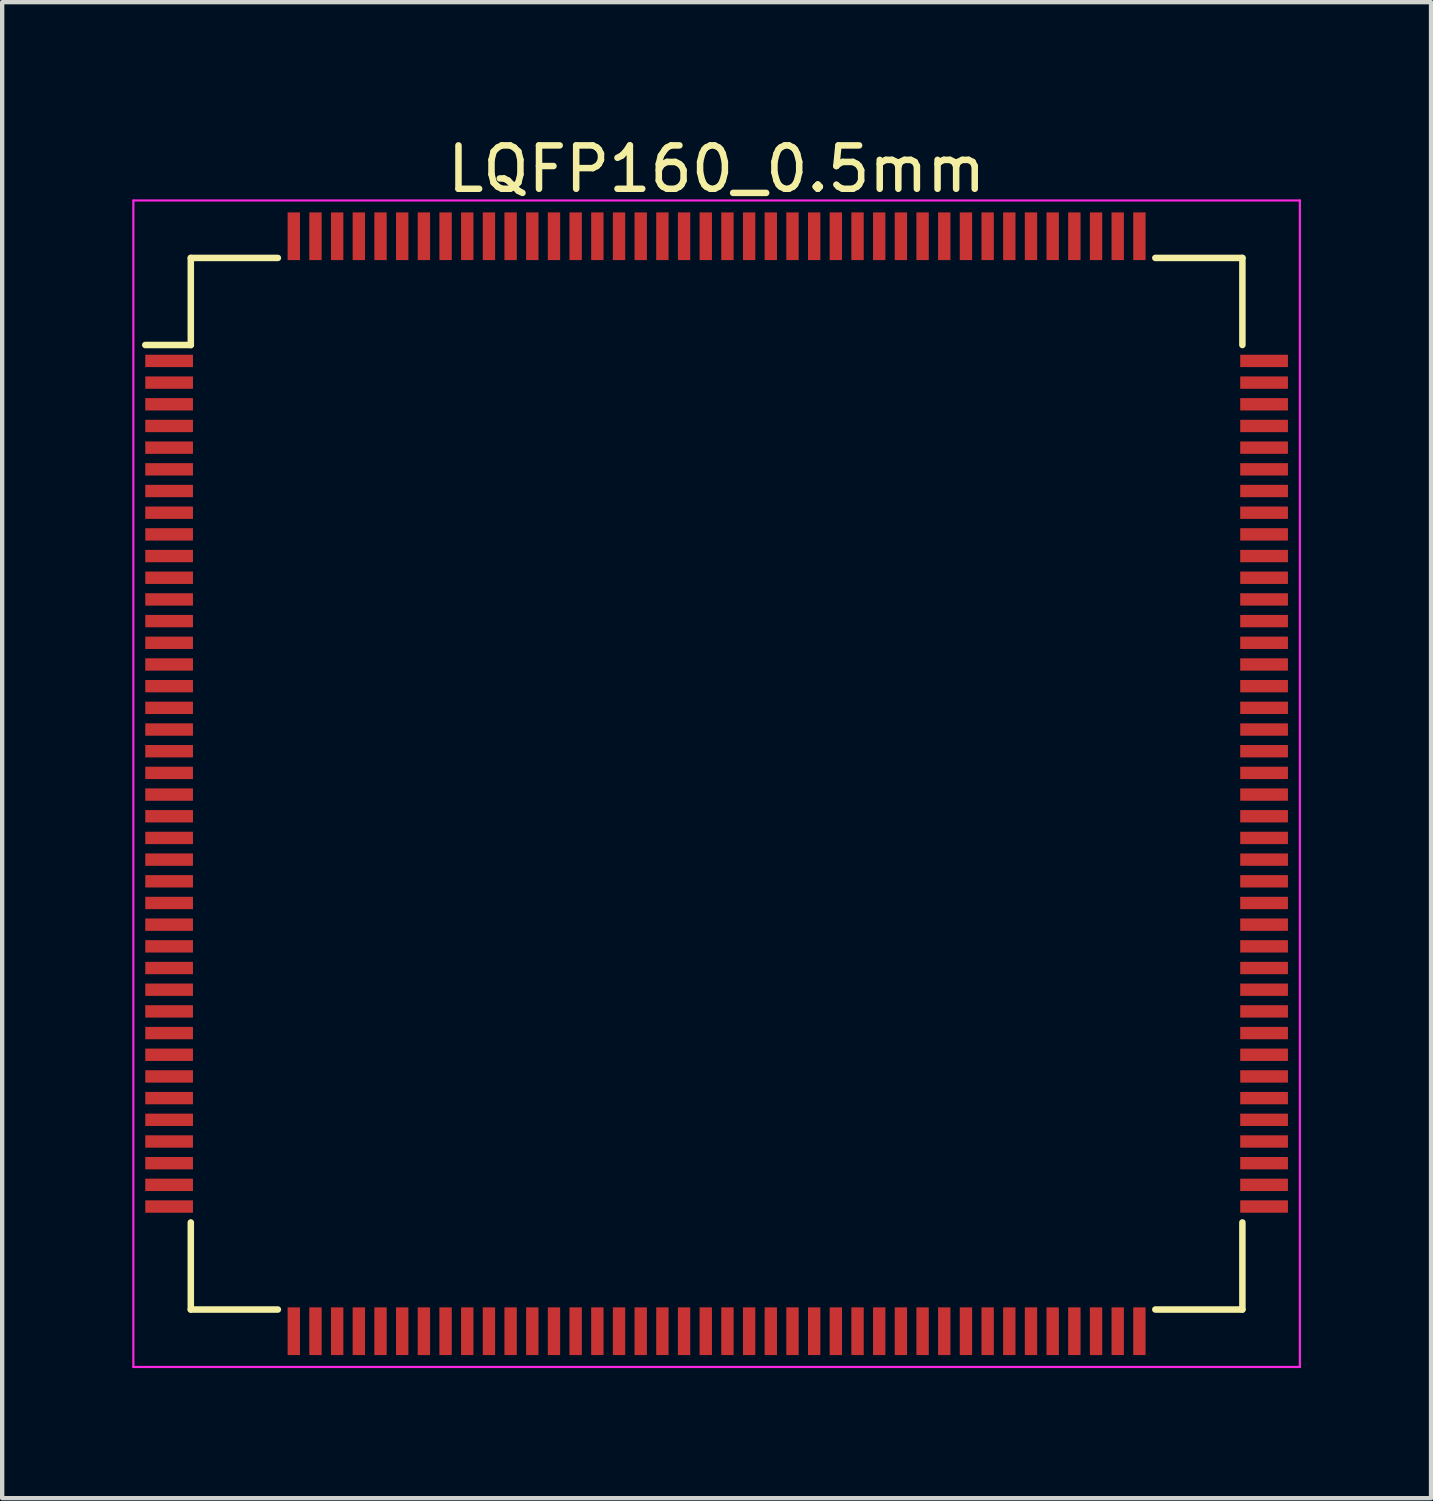
<source format=kicad_pcb>
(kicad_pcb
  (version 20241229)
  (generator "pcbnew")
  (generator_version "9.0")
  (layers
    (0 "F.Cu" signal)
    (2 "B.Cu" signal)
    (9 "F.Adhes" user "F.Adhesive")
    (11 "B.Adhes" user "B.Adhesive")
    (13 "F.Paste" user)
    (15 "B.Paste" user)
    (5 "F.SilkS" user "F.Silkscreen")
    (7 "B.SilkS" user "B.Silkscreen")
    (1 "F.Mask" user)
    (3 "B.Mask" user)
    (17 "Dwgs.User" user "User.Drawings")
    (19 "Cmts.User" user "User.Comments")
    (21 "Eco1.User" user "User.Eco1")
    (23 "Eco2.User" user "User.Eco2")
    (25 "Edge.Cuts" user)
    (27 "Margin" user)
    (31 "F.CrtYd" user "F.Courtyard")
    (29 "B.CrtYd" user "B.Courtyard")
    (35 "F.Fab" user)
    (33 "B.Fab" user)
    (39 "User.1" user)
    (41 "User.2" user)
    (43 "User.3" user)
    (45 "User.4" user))
  (footprint "LQFP160_0.5mm"
    (layer "F.Cu")
    (at 13.475 15.023)
    (property "Reference" "LQFP160_0.5mm" (at 0 -14.175 0) (layer "F.SilkS") (effects (font (size 1 1) (thickness 0.15))))
    (attr smd)
    (fp_line (start -12.125 -12.125) (end -12.125 -10.117) (stroke (width 0.15) (type solid)) (layer "F.SilkS"))
    (fp_line (start -12.125 -12.125) (end -10.117 -12.125) (stroke (width 0.15) (type solid)) (layer "F.SilkS"))
    (fp_line (start -12.125 -10.117) (end -13.175 -10.117) (stroke (width 0.15) (type solid)) (layer "F.SilkS"))
    (fp_line (start -12.125 12.125) (end -12.125 10.117) (stroke (width 0.15) (type solid)) (layer "F.SilkS"))
    (fp_line (start -12.125 12.125) (end -10.117 12.125) (stroke (width 0.15) (type solid)) (layer "F.SilkS"))
    (fp_line (start 12.125 -12.125) (end 10.117 -12.125) (stroke (width 0.15) (type solid)) (layer "F.SilkS"))
    (fp_line (start 12.125 -12.125) (end 12.125 -10.117) (stroke (width 0.15) (type solid)) (layer "F.SilkS"))
    (fp_line (start 12.125 12.125) (end 10.117 12.125) (stroke (width 0.15) (type solid)) (layer "F.SilkS"))
    (fp_line (start 12.125 12.125) (end 12.125 10.117) (stroke (width 0.15) (type solid)) (layer "F.SilkS"))
    (fp_line (start -13.45 -13.45) (end -13.45 13.45) (stroke (width 0.05) (type solid)) (layer "F.CrtYd"))
    (fp_line (start -13.45 -13.45) (end 13.45 -13.45) (stroke (width 0.05) (type solid)) (layer "F.CrtYd"))
    (fp_line (start -13.45 13.45) (end 13.45 13.45) (stroke (width 0.05) (type solid)) (layer "F.CrtYd"))
    (fp_line (start 13.45 -13.45) (end 13.45 13.45) (stroke (width 0.05) (type solid)) (layer "F.CrtYd"))
    (pad "1" smd rect (at -12.625 -9.75) (size 1.1 0.285) (layers "F.Cu" "F.Mask" "F.Paste"))
    (pad "2" smd rect (at -12.625 -9.25) (size 1.1 0.285) (layers "F.Cu" "F.Mask" "F.Paste"))
    (pad "3" smd rect (at -12.625 -8.75) (size 1.1 0.285) (layers "F.Cu" "F.Mask" "F.Paste"))
    (pad "4" smd rect (at -12.625 -8.25) (size 1.1 0.285) (layers "F.Cu" "F.Mask" "F.Paste"))
    (pad "5" smd rect (at -12.625 -7.75) (size 1.1 0.285) (layers "F.Cu" "F.Mask" "F.Paste"))
    (pad "6" smd rect (at -12.625 -7.25) (size 1.1 0.285) (layers "F.Cu" "F.Mask" "F.Paste"))
    (pad "7" smd rect (at -12.625 -6.75) (size 1.1 0.285) (layers "F.Cu" "F.Mask" "F.Paste"))
    (pad "8" smd rect (at -12.625 -6.25) (size 1.1 0.285) (layers "F.Cu" "F.Mask" "F.Paste"))
    (pad "9" smd rect (at -12.625 -5.75) (size 1.1 0.285) (layers "F.Cu" "F.Mask" "F.Paste"))
    (pad "10" smd rect (at -12.625 -5.25) (size 1.1 0.285) (layers "F.Cu" "F.Mask" "F.Paste"))
    (pad "11" smd rect (at -12.625 -4.75) (size 1.1 0.285) (layers "F.Cu" "F.Mask" "F.Paste"))
    (pad "12" smd rect (at -12.625 -4.25) (size 1.1 0.285) (layers "F.Cu" "F.Mask" "F.Paste"))
    (pad "13" smd rect (at -12.625 -3.75) (size 1.1 0.285) (layers "F.Cu" "F.Mask" "F.Paste"))
    (pad "14" smd rect (at -12.625 -3.25) (size 1.1 0.285) (layers "F.Cu" "F.Mask" "F.Paste"))
    (pad "15" smd rect (at -12.625 -2.75) (size 1.1 0.285) (layers "F.Cu" "F.Mask" "F.Paste"))
    (pad "16" smd rect (at -12.625 -2.25) (size 1.1 0.285) (layers "F.Cu" "F.Mask" "F.Paste"))
    (pad "17" smd rect (at -12.625 -1.75) (size 1.1 0.285) (layers "F.Cu" "F.Mask" "F.Paste"))
    (pad "18" smd rect (at -12.625 -1.25) (size 1.1 0.285) (layers "F.Cu" "F.Mask" "F.Paste"))
    (pad "19" smd rect (at -12.625 -0.75) (size 1.1 0.285) (layers "F.Cu" "F.Mask" "F.Paste"))
    (pad "20" smd rect (at -12.625 -0.25) (size 1.1 0.285) (layers "F.Cu" "F.Mask" "F.Paste"))
    (pad "21" smd rect (at -12.625 0.25) (size 1.1 0.285) (layers "F.Cu" "F.Mask" "F.Paste"))
    (pad "22" smd rect (at -12.625 0.75) (size 1.1 0.285) (layers "F.Cu" "F.Mask" "F.Paste"))
    (pad "23" smd rect (at -12.625 1.25) (size 1.1 0.285) (layers "F.Cu" "F.Mask" "F.Paste"))
    (pad "24" smd rect (at -12.625 1.75) (size 1.1 0.285) (layers "F.Cu" "F.Mask" "F.Paste"))
    (pad "25" smd rect (at -12.625 2.25) (size 1.1 0.285) (layers "F.Cu" "F.Mask" "F.Paste"))
    (pad "26" smd rect (at -12.625 2.75) (size 1.1 0.285) (layers "F.Cu" "F.Mask" "F.Paste"))
    (pad "27" smd rect (at -12.625 3.25) (size 1.1 0.285) (layers "F.Cu" "F.Mask" "F.Paste"))
    (pad "28" smd rect (at -12.625 3.75) (size 1.1 0.285) (layers "F.Cu" "F.Mask" "F.Paste"))
    (pad "29" smd rect (at -12.625 4.25) (size 1.1 0.285) (layers "F.Cu" "F.Mask" "F.Paste"))
    (pad "30" smd rect (at -12.625 4.75) (size 1.1 0.285) (layers "F.Cu" "F.Mask" "F.Paste"))
    (pad "31" smd rect (at -12.625 5.25) (size 1.1 0.285) (layers "F.Cu" "F.Mask" "F.Paste"))
    (pad "32" smd rect (at -12.625 5.75) (size 1.1 0.285) (layers "F.Cu" "F.Mask" "F.Paste"))
    (pad "33" smd rect (at -12.625 6.25) (size 1.1 0.285) (layers "F.Cu" "F.Mask" "F.Paste"))
    (pad "34" smd rect (at -12.625 6.75) (size 1.1 0.285) (layers "F.Cu" "F.Mask" "F.Paste"))
    (pad "35" smd rect (at -12.625 7.25) (size 1.1 0.285) (layers "F.Cu" "F.Mask" "F.Paste"))
    (pad "36" smd rect (at -12.625 7.75) (size 1.1 0.285) (layers "F.Cu" "F.Mask" "F.Paste"))
    (pad "37" smd rect (at -12.625 8.25) (size 1.1 0.285) (layers "F.Cu" "F.Mask" "F.Paste"))
    (pad "38" smd rect (at -12.625 8.75) (size 1.1 0.285) (layers "F.Cu" "F.Mask" "F.Paste"))
    (pad "39" smd rect (at -12.625 9.25) (size 1.1 0.285) (layers "F.Cu" "F.Mask" "F.Paste"))
    (pad "40" smd rect (at -12.625 9.75) (size 1.1 0.285) (layers "F.Cu" "F.Mask" "F.Paste"))
    (pad "41" smd rect (at -9.75 12.625 90) (size 1.1 0.285) (layers "F.Cu" "F.Mask" "F.Paste"))
    (pad "42" smd rect (at -9.25 12.625 90) (size 1.1 0.285) (layers "F.Cu" "F.Mask" "F.Paste"))
    (pad "43" smd rect (at -8.75 12.625 90) (size 1.1 0.285) (layers "F.Cu" "F.Mask" "F.Paste"))
    (pad "44" smd rect (at -8.25 12.625 90) (size 1.1 0.285) (layers "F.Cu" "F.Mask" "F.Paste"))
    (pad "45" smd rect (at -7.75 12.625 90) (size 1.1 0.285) (layers "F.Cu" "F.Mask" "F.Paste"))
    (pad "46" smd rect (at -7.25 12.625 90) (size 1.1 0.285) (layers "F.Cu" "F.Mask" "F.Paste"))
    (pad "47" smd rect (at -6.75 12.625 90) (size 1.1 0.285) (layers "F.Cu" "F.Mask" "F.Paste"))
    (pad "48" smd rect (at -6.25 12.625 90) (size 1.1 0.285) (layers "F.Cu" "F.Mask" "F.Paste"))
    (pad "49" smd rect (at -5.75 12.625 90) (size 1.1 0.285) (layers "F.Cu" "F.Mask" "F.Paste"))
    (pad "50" smd rect (at -5.25 12.625 90) (size 1.1 0.285) (layers "F.Cu" "F.Mask" "F.Paste"))
    (pad "51" smd rect (at -4.75 12.625 90) (size 1.1 0.285) (layers "F.Cu" "F.Mask" "F.Paste"))
    (pad "52" smd rect (at -4.25 12.625 90) (size 1.1 0.285) (layers "F.Cu" "F.Mask" "F.Paste"))
    (pad "53" smd rect (at -3.75 12.625 90) (size 1.1 0.285) (layers "F.Cu" "F.Mask" "F.Paste"))
    (pad "54" smd rect (at -3.25 12.625 90) (size 1.1 0.285) (layers "F.Cu" "F.Mask" "F.Paste"))
    (pad "55" smd rect (at -2.75 12.625 90) (size 1.1 0.285) (layers "F.Cu" "F.Mask" "F.Paste"))
    (pad "56" smd rect (at -2.25 12.625 90) (size 1.1 0.285) (layers "F.Cu" "F.Mask" "F.Paste"))
    (pad "57" smd rect (at -1.75 12.625 90) (size 1.1 0.285) (layers "F.Cu" "F.Mask" "F.Paste"))
    (pad "58" smd rect (at -1.25 12.625 90) (size 1.1 0.285) (layers "F.Cu" "F.Mask" "F.Paste"))
    (pad "59" smd rect (at -0.75 12.625 90) (size 1.1 0.285) (layers "F.Cu" "F.Mask" "F.Paste"))
    (pad "60" smd rect (at -0.25 12.625 90) (size 1.1 0.285) (layers "F.Cu" "F.Mask" "F.Paste"))
    (pad "61" smd rect (at 0.25 12.625 90) (size 1.1 0.285) (layers "F.Cu" "F.Mask" "F.Paste"))
    (pad "62" smd rect (at 0.75 12.625 90) (size 1.1 0.285) (layers "F.Cu" "F.Mask" "F.Paste"))
    (pad "63" smd rect (at 1.25 12.625 90) (size 1.1 0.285) (layers "F.Cu" "F.Mask" "F.Paste"))
    (pad "64" smd rect (at 1.75 12.625 90) (size 1.1 0.285) (layers "F.Cu" "F.Mask" "F.Paste"))
    (pad "65" smd rect (at 2.25 12.625 90) (size 1.1 0.285) (layers "F.Cu" "F.Mask" "F.Paste"))
    (pad "66" smd rect (at 2.75 12.625 90) (size 1.1 0.285) (layers "F.Cu" "F.Mask" "F.Paste"))
    (pad "67" smd rect (at 3.25 12.625 90) (size 1.1 0.285) (layers "F.Cu" "F.Mask" "F.Paste"))
    (pad "68" smd rect (at 3.75 12.625 90) (size 1.1 0.285) (layers "F.Cu" "F.Mask" "F.Paste"))
    (pad "69" smd rect (at 4.25 12.625 90) (size 1.1 0.285) (layers "F.Cu" "F.Mask" "F.Paste"))
    (pad "70" smd rect (at 4.75 12.625 90) (size 1.1 0.285) (layers "F.Cu" "F.Mask" "F.Paste"))
    (pad "71" smd rect (at 5.25 12.625 90) (size 1.1 0.285) (layers "F.Cu" "F.Mask" "F.Paste"))
    (pad "72" smd rect (at 5.75 12.625 90) (size 1.1 0.285) (layers "F.Cu" "F.Mask" "F.Paste"))
    (pad "73" smd rect (at 6.25 12.625 90) (size 1.1 0.285) (layers "F.Cu" "F.Mask" "F.Paste"))
    (pad "74" smd rect (at 6.75 12.625 90) (size 1.1 0.285) (layers "F.Cu" "F.Mask" "F.Paste"))
    (pad "75" smd rect (at 7.25 12.625 90) (size 1.1 0.285) (layers "F.Cu" "F.Mask" "F.Paste"))
    (pad "76" smd rect (at 7.75 12.625 90) (size 1.1 0.285) (layers "F.Cu" "F.Mask" "F.Paste"))
    (pad "77" smd rect (at 8.25 12.625 90) (size 1.1 0.285) (layers "F.Cu" "F.Mask" "F.Paste"))
    (pad "78" smd rect (at 8.75 12.625 90) (size 1.1 0.285) (layers "F.Cu" "F.Mask" "F.Paste"))
    (pad "79" smd rect (at 9.25 12.625 90) (size 1.1 0.285) (layers "F.Cu" "F.Mask" "F.Paste"))
    (pad "80" smd rect (at 9.75 12.625 90) (size 1.1 0.285) (layers "F.Cu" "F.Mask" "F.Paste"))
    (pad "81" smd rect (at 12.625 9.75) (size 1.1 0.285) (layers "F.Cu" "F.Mask" "F.Paste"))
    (pad "82" smd rect (at 12.625 9.25) (size 1.1 0.285) (layers "F.Cu" "F.Mask" "F.Paste"))
    (pad "83" smd rect (at 12.625 8.75) (size 1.1 0.285) (layers "F.Cu" "F.Mask" "F.Paste"))
    (pad "84" smd rect (at 12.625 8.25) (size 1.1 0.285) (layers "F.Cu" "F.Mask" "F.Paste"))
    (pad "85" smd rect (at 12.625 7.75) (size 1.1 0.285) (layers "F.Cu" "F.Mask" "F.Paste"))
    (pad "86" smd rect (at 12.625 7.25) (size 1.1 0.285) (layers "F.Cu" "F.Mask" "F.Paste"))
    (pad "87" smd rect (at 12.625 6.75) (size 1.1 0.285) (layers "F.Cu" "F.Mask" "F.Paste"))
    (pad "88" smd rect (at 12.625 6.25) (size 1.1 0.285) (layers "F.Cu" "F.Mask" "F.Paste"))
    (pad "89" smd rect (at 12.625 5.75) (size 1.1 0.285) (layers "F.Cu" "F.Mask" "F.Paste"))
    (pad "90" smd rect (at 12.625 5.25) (size 1.1 0.285) (layers "F.Cu" "F.Mask" "F.Paste"))
    (pad "91" smd rect (at 12.625 4.75) (size 1.1 0.285) (layers "F.Cu" "F.Mask" "F.Paste"))
    (pad "92" smd rect (at 12.625 4.25) (size 1.1 0.285) (layers "F.Cu" "F.Mask" "F.Paste"))
    (pad "93" smd rect (at 12.625 3.75) (size 1.1 0.285) (layers "F.Cu" "F.Mask" "F.Paste"))
    (pad "94" smd rect (at 12.625 3.25) (size 1.1 0.285) (layers "F.Cu" "F.Mask" "F.Paste"))
    (pad "95" smd rect (at 12.625 2.75) (size 1.1 0.285) (layers "F.Cu" "F.Mask" "F.Paste"))
    (pad "96" smd rect (at 12.625 2.25) (size 1.1 0.285) (layers "F.Cu" "F.Mask" "F.Paste"))
    (pad "97" smd rect (at 12.625 1.75) (size 1.1 0.285) (layers "F.Cu" "F.Mask" "F.Paste"))
    (pad "98" smd rect (at 12.625 1.25) (size 1.1 0.285) (layers "F.Cu" "F.Mask" "F.Paste"))
    (pad "99" smd rect (at 12.625 0.75) (size 1.1 0.285) (layers "F.Cu" "F.Mask" "F.Paste"))
    (pad "100" smd rect (at 12.625 0.25) (size 1.1 0.285) (layers "F.Cu" "F.Mask" "F.Paste"))
    (pad "101" smd rect (at 12.625 -0.25) (size 1.1 0.285) (layers "F.Cu" "F.Mask" "F.Paste"))
    (pad "102" smd rect (at 12.625 -0.75) (size 1.1 0.285) (layers "F.Cu" "F.Mask" "F.Paste"))
    (pad "103" smd rect (at 12.625 -1.25) (size 1.1 0.285) (layers "F.Cu" "F.Mask" "F.Paste"))
    (pad "104" smd rect (at 12.625 -1.75) (size 1.1 0.285) (layers "F.Cu" "F.Mask" "F.Paste"))
    (pad "105" smd rect (at 12.625 -2.25) (size 1.1 0.285) (layers "F.Cu" "F.Mask" "F.Paste"))
    (pad "106" smd rect (at 12.625 -2.75) (size 1.1 0.285) (layers "F.Cu" "F.Mask" "F.Paste"))
    (pad "107" smd rect (at 12.625 -3.25) (size 1.1 0.285) (layers "F.Cu" "F.Mask" "F.Paste"))
    (pad "108" smd rect (at 12.625 -3.75) (size 1.1 0.285) (layers "F.Cu" "F.Mask" "F.Paste"))
    (pad "109" smd rect (at 12.625 -4.25) (size 1.1 0.285) (layers "F.Cu" "F.Mask" "F.Paste"))
    (pad "110" smd rect (at 12.625 -4.75) (size 1.1 0.285) (layers "F.Cu" "F.Mask" "F.Paste"))
    (pad "111" smd rect (at 12.625 -5.25) (size 1.1 0.285) (layers "F.Cu" "F.Mask" "F.Paste"))
    (pad "112" smd rect (at 12.625 -5.75) (size 1.1 0.285) (layers "F.Cu" "F.Mask" "F.Paste"))
    (pad "113" smd rect (at 12.625 -6.25) (size 1.1 0.285) (layers "F.Cu" "F.Mask" "F.Paste"))
    (pad "114" smd rect (at 12.625 -6.75) (size 1.1 0.285) (layers "F.Cu" "F.Mask" "F.Paste"))
    (pad "115" smd rect (at 12.625 -7.25) (size 1.1 0.285) (layers "F.Cu" "F.Mask" "F.Paste"))
    (pad "116" smd rect (at 12.625 -7.75) (size 1.1 0.285) (layers "F.Cu" "F.Mask" "F.Paste"))
    (pad "117" smd rect (at 12.625 -8.25) (size 1.1 0.285) (layers "F.Cu" "F.Mask" "F.Paste"))
    (pad "118" smd rect (at 12.625 -8.75) (size 1.1 0.285) (layers "F.Cu" "F.Mask" "F.Paste"))
    (pad "119" smd rect (at 12.625 -9.25) (size 1.1 0.285) (layers "F.Cu" "F.Mask" "F.Paste"))
    (pad "120" smd rect (at 12.625 -9.75) (size 1.1 0.285) (layers "F.Cu" "F.Mask" "F.Paste"))
    (pad "121" smd rect (at 9.75 -12.625 90) (size 1.1 0.285) (layers "F.Cu" "F.Mask" "F.Paste"))
    (pad "122" smd rect (at 9.25 -12.625 90) (size 1.1 0.285) (layers "F.Cu" "F.Mask" "F.Paste"))
    (pad "123" smd rect (at 8.75 -12.625 90) (size 1.1 0.285) (layers "F.Cu" "F.Mask" "F.Paste"))
    (pad "124" smd rect (at 8.25 -12.625 90) (size 1.1 0.285) (layers "F.Cu" "F.Mask" "F.Paste"))
    (pad "125" smd rect (at 7.75 -12.625 90) (size 1.1 0.285) (layers "F.Cu" "F.Mask" "F.Paste"))
    (pad "126" smd rect (at 7.25 -12.625 90) (size 1.1 0.285) (layers "F.Cu" "F.Mask" "F.Paste"))
    (pad "127" smd rect (at 6.75 -12.625 90) (size 1.1 0.285) (layers "F.Cu" "F.Mask" "F.Paste"))
    (pad "128" smd rect (at 6.25 -12.625 90) (size 1.1 0.285) (layers "F.Cu" "F.Mask" "F.Paste"))
    (pad "129" smd rect (at 5.75 -12.625 90) (size 1.1 0.285) (layers "F.Cu" "F.Mask" "F.Paste"))
    (pad "130" smd rect (at 5.25 -12.625 90) (size 1.1 0.285) (layers "F.Cu" "F.Mask" "F.Paste"))
    (pad "131" smd rect (at 4.75 -12.625 90) (size 1.1 0.285) (layers "F.Cu" "F.Mask" "F.Paste"))
    (pad "132" smd rect (at 4.25 -12.625 90) (size 1.1 0.285) (layers "F.Cu" "F.Mask" "F.Paste"))
    (pad "133" smd rect (at 3.75 -12.625 90) (size 1.1 0.285) (layers "F.Cu" "F.Mask" "F.Paste"))
    (pad "134" smd rect (at 3.25 -12.625 90) (size 1.1 0.285) (layers "F.Cu" "F.Mask" "F.Paste"))
    (pad "135" smd rect (at 2.75 -12.625 90) (size 1.1 0.285) (layers "F.Cu" "F.Mask" "F.Paste"))
    (pad "136" smd rect (at 2.25 -12.625 90) (size 1.1 0.285) (layers "F.Cu" "F.Mask" "F.Paste"))
    (pad "137" smd rect (at 1.75 -12.625 90) (size 1.1 0.285) (layers "F.Cu" "F.Mask" "F.Paste"))
    (pad "138" smd rect (at 1.25 -12.625 90) (size 1.1 0.285) (layers "F.Cu" "F.Mask" "F.Paste"))
    (pad "139" smd rect (at 0.75 -12.625 90) (size 1.1 0.285) (layers "F.Cu" "F.Mask" "F.Paste"))
    (pad "140" smd rect (at 0.25 -12.625 90) (size 1.1 0.285) (layers "F.Cu" "F.Mask" "F.Paste"))
    (pad "141" smd rect (at -0.25 -12.625 90) (size 1.1 0.285) (layers "F.Cu" "F.Mask" "F.Paste"))
    (pad "142" smd rect (at -0.75 -12.625 90) (size 1.1 0.285) (layers "F.Cu" "F.Mask" "F.Paste"))
    (pad "143" smd rect (at -1.25 -12.625 90) (size 1.1 0.285) (layers "F.Cu" "F.Mask" "F.Paste"))
    (pad "144" smd rect (at -1.75 -12.625 90) (size 1.1 0.285) (layers "F.Cu" "F.Mask" "F.Paste"))
    (pad "145" smd rect (at -2.25 -12.625 90) (size 1.1 0.285) (layers "F.Cu" "F.Mask" "F.Paste"))
    (pad "146" smd rect (at -2.75 -12.625 90) (size 1.1 0.285) (layers "F.Cu" "F.Mask" "F.Paste"))
    (pad "147" smd rect (at -3.25 -12.625 90) (size 1.1 0.285) (layers "F.Cu" "F.Mask" "F.Paste"))
    (pad "148" smd rect (at -3.75 -12.625 90) (size 1.1 0.285) (layers "F.Cu" "F.Mask" "F.Paste"))
    (pad "149" smd rect (at -4.25 -12.625 90) (size 1.1 0.285) (layers "F.Cu" "F.Mask" "F.Paste"))
    (pad "150" smd rect (at -4.75 -12.625 90) (size 1.1 0.285) (layers "F.Cu" "F.Mask" "F.Paste"))
    (pad "151" smd rect (at -5.25 -12.625 90) (size 1.1 0.285) (layers "F.Cu" "F.Mask" "F.Paste"))
    (pad "152" smd rect (at -5.75 -12.625 90) (size 1.1 0.285) (layers "F.Cu" "F.Mask" "F.Paste"))
    (pad "153" smd rect (at -6.25 -12.625 90) (size 1.1 0.285) (layers "F.Cu" "F.Mask" "F.Paste"))
    (pad "154" smd rect (at -6.75 -12.625 90) (size 1.1 0.285) (layers "F.Cu" "F.Mask" "F.Paste"))
    (pad "155" smd rect (at -7.25 -12.625 90) (size 1.1 0.285) (layers "F.Cu" "F.Mask" "F.Paste"))
    (pad "156" smd rect (at -7.75 -12.625 90) (size 1.1 0.285) (layers "F.Cu" "F.Mask" "F.Paste"))
    (pad "157" smd rect (at -8.25 -12.625 90) (size 1.1 0.285) (layers "F.Cu" "F.Mask" "F.Paste"))
    (pad "158" smd rect (at -8.75 -12.625 90) (size 1.1 0.285) (layers "F.Cu" "F.Mask" "F.Paste"))
    (pad "159" smd rect (at -9.25 -12.625 90) (size 1.1 0.285) (layers "F.Cu" "F.Mask" "F.Paste"))
    (pad "160" smd rect (at -9.75 -12.625 90) (size 1.1 0.285) (layers "F.Cu" "F.Mask" "F.Paste")))
  (gr_rect
    (start -3 -3)
    (end 29.95 31.498)
    (stroke (width 0.1) (type default))
    (fill no)
    (layer "Edge.Cuts")))
</source>
